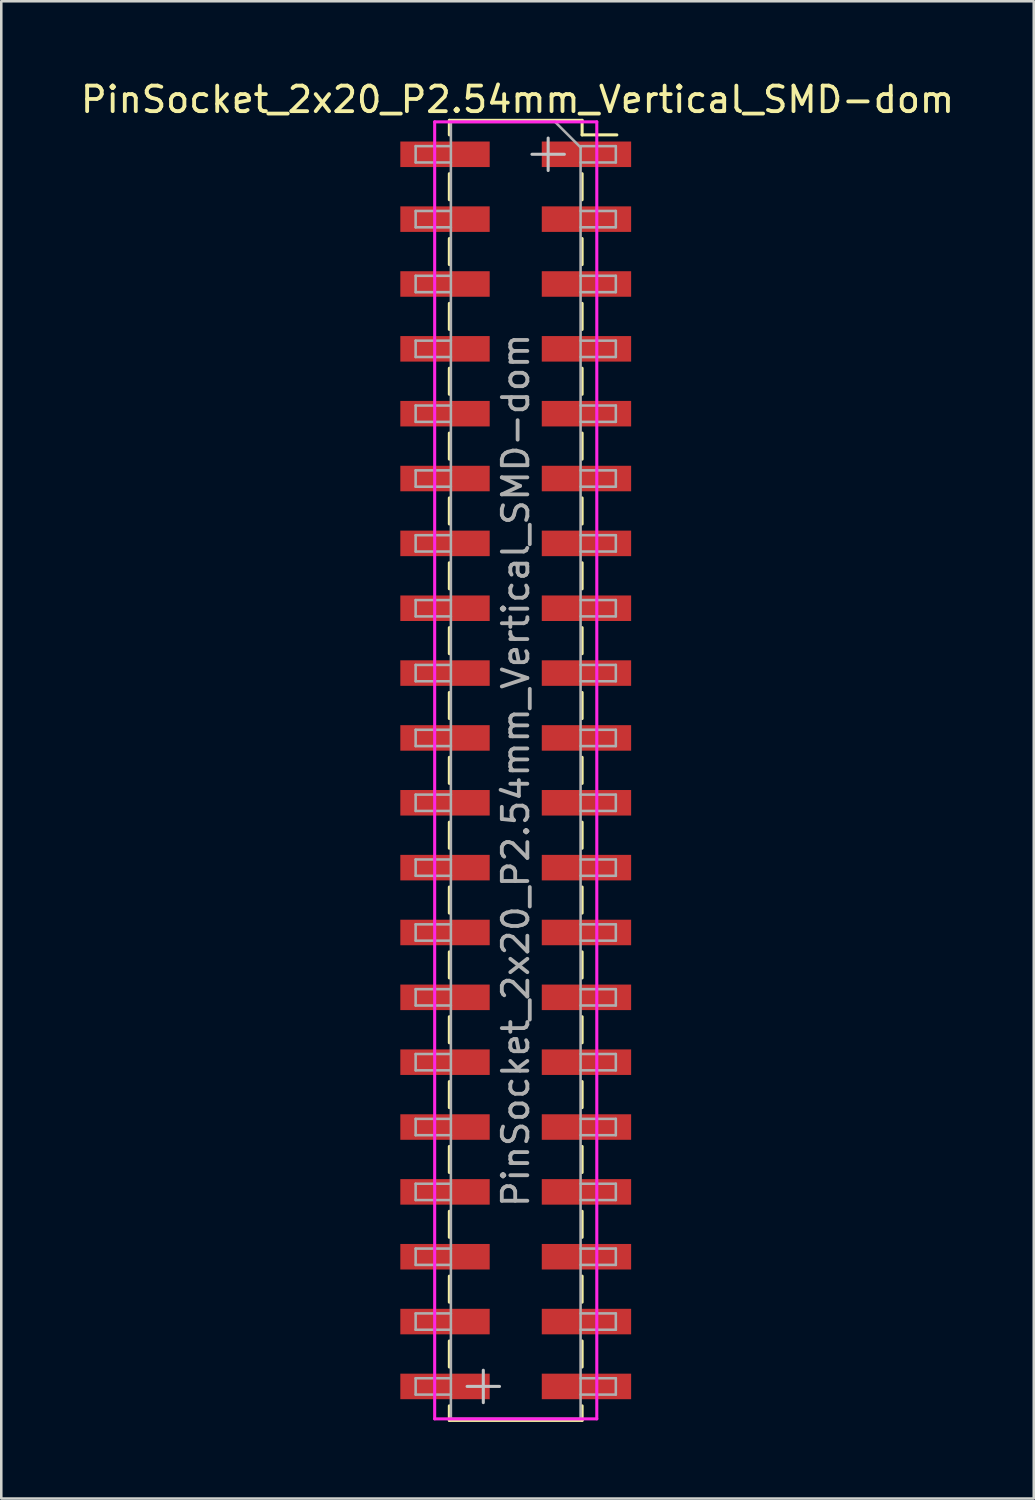
<source format=kicad_pcb>
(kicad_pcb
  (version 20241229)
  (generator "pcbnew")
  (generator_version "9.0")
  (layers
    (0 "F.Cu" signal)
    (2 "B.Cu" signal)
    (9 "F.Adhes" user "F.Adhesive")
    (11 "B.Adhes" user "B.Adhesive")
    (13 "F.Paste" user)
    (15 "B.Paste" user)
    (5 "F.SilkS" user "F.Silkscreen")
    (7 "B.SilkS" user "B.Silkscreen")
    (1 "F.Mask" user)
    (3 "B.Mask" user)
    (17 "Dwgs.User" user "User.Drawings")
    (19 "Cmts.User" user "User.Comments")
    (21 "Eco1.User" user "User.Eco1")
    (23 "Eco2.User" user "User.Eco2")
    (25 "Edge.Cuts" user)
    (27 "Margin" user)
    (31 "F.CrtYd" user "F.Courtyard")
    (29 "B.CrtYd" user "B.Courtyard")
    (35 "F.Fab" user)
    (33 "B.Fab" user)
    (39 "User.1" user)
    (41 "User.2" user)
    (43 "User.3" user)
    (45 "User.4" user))
  (footprint "PinSocket_2x20_P2.54mm_Vertical_SMD-dom"
    (layer "F.Cu")
    (at 17.15 27.123)
    (property "Reference" "PinSocket_2x20_P2.54mm_Vertical_SMD-dom" (at 0.07 -26.275 0) (layer "F.SilkS") (effects (font (size 1 1) (thickness 0.15))))
    (attr smd)
    (fp_line (start -2.6 -25.46) (end -2.6 -24.89) (stroke (width 0.12) (type solid)) (layer "F.SilkS"))
    (fp_line (start -2.6 -25.46) (end 2.6 -25.46) (stroke (width 0.12) (type solid)) (layer "F.SilkS"))
    (fp_line (start -2.6 -23.37) (end -2.6 -22.35) (stroke (width 0.12) (type solid)) (layer "F.SilkS"))
    (fp_line (start -2.6 -20.83) (end -2.6 -19.81) (stroke (width 0.12) (type solid)) (layer "F.SilkS"))
    (fp_line (start -2.6 -18.29) (end -2.6 -17.27) (stroke (width 0.12) (type solid)) (layer "F.SilkS"))
    (fp_line (start -2.6 -15.75) (end -2.6 -14.73) (stroke (width 0.12) (type solid)) (layer "F.SilkS"))
    (fp_line (start -2.6 -13.21) (end -2.6 -12.19) (stroke (width 0.12) (type solid)) (layer "F.SilkS"))
    (fp_line (start -2.6 -10.67) (end -2.6 -9.65) (stroke (width 0.12) (type solid)) (layer "F.SilkS"))
    (fp_line (start -2.6 -8.13) (end -2.6 -7.11) (stroke (width 0.12) (type solid)) (layer "F.SilkS"))
    (fp_line (start -2.6 -5.59) (end -2.6 -4.57) (stroke (width 0.12) (type solid)) (layer "F.SilkS"))
    (fp_line (start -2.6 -3.05) (end -2.6 -2.03) (stroke (width 0.12) (type solid)) (layer "F.SilkS"))
    (fp_line (start -2.6 -0.51) (end -2.6 0.51) (stroke (width 0.12) (type solid)) (layer "F.SilkS"))
    (fp_line (start -2.6 2.03) (end -2.6 3.05) (stroke (width 0.12) (type solid)) (layer "F.SilkS"))
    (fp_line (start -2.6 4.57) (end -2.6 5.59) (stroke (width 0.12) (type solid)) (layer "F.SilkS"))
    (fp_line (start -2.6 7.11) (end -2.6 8.13) (stroke (width 0.12) (type solid)) (layer "F.SilkS"))
    (fp_line (start -2.6 9.65) (end -2.6 10.67) (stroke (width 0.12) (type solid)) (layer "F.SilkS"))
    (fp_line (start -2.6 12.19) (end -2.6 13.21) (stroke (width 0.12) (type solid)) (layer "F.SilkS"))
    (fp_line (start -2.6 14.73) (end -2.6 15.75) (stroke (width 0.12) (type solid)) (layer "F.SilkS"))
    (fp_line (start -2.6 17.27) (end -2.6 18.29) (stroke (width 0.12) (type solid)) (layer "F.SilkS"))
    (fp_line (start -2.6 19.81) (end -2.6 20.83) (stroke (width 0.12) (type solid)) (layer "F.SilkS"))
    (fp_line (start -2.6 22.35) (end -2.6 23.37) (stroke (width 0.12) (type solid)) (layer "F.SilkS"))
    (fp_line (start -2.6 24.89) (end -2.6 25.46) (stroke (width 0.12) (type solid)) (layer "F.SilkS"))
    (fp_line (start -2.6 25.46) (end 2.6 25.46) (stroke (width 0.12) (type solid)) (layer "F.SilkS"))
    (fp_line (start 2.6 -25.46) (end 2.6 -24.89) (stroke (width 0.12) (type solid)) (layer "F.SilkS"))
    (fp_line (start 2.6 -24.89) (end 3.96 -24.89) (stroke (width 0.12) (type solid)) (layer "F.SilkS"))
    (fp_line (start 2.6 -23.37) (end 2.6 -22.35) (stroke (width 0.12) (type solid)) (layer "F.SilkS"))
    (fp_line (start 2.6 -20.83) (end 2.6 -19.81) (stroke (width 0.12) (type solid)) (layer "F.SilkS"))
    (fp_line (start 2.6 -18.29) (end 2.6 -17.27) (stroke (width 0.12) (type solid)) (layer "F.SilkS"))
    (fp_line (start 2.6 -15.75) (end 2.6 -14.73) (stroke (width 0.12) (type solid)) (layer "F.SilkS"))
    (fp_line (start 2.6 -13.21) (end 2.6 -12.19) (stroke (width 0.12) (type solid)) (layer "F.SilkS"))
    (fp_line (start 2.6 -10.67) (end 2.6 -9.65) (stroke (width 0.12) (type solid)) (layer "F.SilkS"))
    (fp_line (start 2.6 -8.13) (end 2.6 -7.11) (stroke (width 0.12) (type solid)) (layer "F.SilkS"))
    (fp_line (start 2.6 -5.59) (end 2.6 -4.57) (stroke (width 0.12) (type solid)) (layer "F.SilkS"))
    (fp_line (start 2.6 -3.05) (end 2.6 -2.03) (stroke (width 0.12) (type solid)) (layer "F.SilkS"))
    (fp_line (start 2.6 -0.51) (end 2.6 0.51) (stroke (width 0.12) (type solid)) (layer "F.SilkS"))
    (fp_line (start 2.6 2.03) (end 2.6 3.05) (stroke (width 0.12) (type solid)) (layer "F.SilkS"))
    (fp_line (start 2.6 4.57) (end 2.6 5.59) (stroke (width 0.12) (type solid)) (layer "F.SilkS"))
    (fp_line (start 2.6 7.11) (end 2.6 8.13) (stroke (width 0.12) (type solid)) (layer "F.SilkS"))
    (fp_line (start 2.6 9.65) (end 2.6 10.67) (stroke (width 0.12) (type solid)) (layer "F.SilkS"))
    (fp_line (start 2.6 12.19) (end 2.6 13.21) (stroke (width 0.12) (type solid)) (layer "F.SilkS"))
    (fp_line (start 2.6 14.73) (end 2.6 15.75) (stroke (width 0.12) (type solid)) (layer "F.SilkS"))
    (fp_line (start 2.6 17.27) (end 2.6 18.29) (stroke (width 0.12) (type solid)) (layer "F.SilkS"))
    (fp_line (start 2.6 19.81) (end 2.6 20.83) (stroke (width 0.12) (type solid)) (layer "F.SilkS"))
    (fp_line (start 2.6 22.35) (end 2.6 23.37) (stroke (width 0.12) (type solid)) (layer "F.SilkS"))
    (fp_line (start 2.6 24.89) (end 2.6 25.46) (stroke (width 0.12) (type solid)) (layer "F.SilkS"))
    (fp_line (start -1.27 23.495) (end -1.27 24.765) (stroke (width 0.12) (type solid)) (layer "Dwgs.User"))
    (fp_line (start -0.635 24.13) (end -1.905 24.13) (stroke (width 0.12) (type solid)) (layer "Dwgs.User"))
    (fp_line (start 0.635 -24.13) (end 1.905 -24.13) (stroke (width 0.12) (type solid)) (layer "Dwgs.User"))
    (fp_line (start 1.27 -24.765) (end 1.27 -23.495) (stroke (width 0.12) (type solid)) (layer "Dwgs.User"))
    (fp_line (start -3.175 -25.4) (end -3.175 25.4) (stroke (width 0.12) (type solid)) (layer "F.CrtYd"))
    (fp_line (start -3.175 25.4) (end 3.175 25.4) (stroke (width 0.12) (type solid)) (layer "F.CrtYd"))
    (fp_line (start 3.175 -25.4) (end -3.175 -25.4) (stroke (width 0.12) (type solid)) (layer "F.CrtYd"))
    (fp_line (start 3.175 25.4) (end 3.175 -25.4) (stroke (width 0.12) (type solid)) (layer "F.CrtYd"))
    (fp_line (start -3.92 -24.45) (end -2.54 -24.45) (stroke (width 0.1) (type solid)) (layer "F.Fab"))
    (fp_line (start -3.92 -23.81) (end -3.92 -24.45) (stroke (width 0.1) (type solid)) (layer "F.Fab"))
    (fp_line (start -3.92 -21.91) (end -2.54 -21.91) (stroke (width 0.1) (type solid)) (layer "F.Fab"))
    (fp_line (start -3.92 -21.27) (end -3.92 -21.91) (stroke (width 0.1) (type solid)) (layer "F.Fab"))
    (fp_line (start -3.92 -19.37) (end -2.54 -19.37) (stroke (width 0.1) (type solid)) (layer "F.Fab"))
    (fp_line (start -3.92 -18.73) (end -3.92 -19.37) (stroke (width 0.1) (type solid)) (layer "F.Fab"))
    (fp_line (start -3.92 -16.83) (end -2.54 -16.83) (stroke (width 0.1) (type solid)) (layer "F.Fab"))
    (fp_line (start -3.92 -16.19) (end -3.92 -16.83) (stroke (width 0.1) (type solid)) (layer "F.Fab"))
    (fp_line (start -3.92 -14.29) (end -2.54 -14.29) (stroke (width 0.1) (type solid)) (layer "F.Fab"))
    (fp_line (start -3.92 -13.65) (end -3.92 -14.29) (stroke (width 0.1) (type solid)) (layer "F.Fab"))
    (fp_line (start -3.92 -11.75) (end -2.54 -11.75) (stroke (width 0.1) (type solid)) (layer "F.Fab"))
    (fp_line (start -3.92 -11.11) (end -3.92 -11.75) (stroke (width 0.1) (type solid)) (layer "F.Fab"))
    (fp_line (start -3.92 -9.21) (end -2.54 -9.21) (stroke (width 0.1) (type solid)) (layer "F.Fab"))
    (fp_line (start -3.92 -8.57) (end -3.92 -9.21) (stroke (width 0.1) (type solid)) (layer "F.Fab"))
    (fp_line (start -3.92 -6.67) (end -2.54 -6.67) (stroke (width 0.1) (type solid)) (layer "F.Fab"))
    (fp_line (start -3.92 -6.03) (end -3.92 -6.67) (stroke (width 0.1) (type solid)) (layer "F.Fab"))
    (fp_line (start -3.92 -4.13) (end -2.54 -4.13) (stroke (width 0.1) (type solid)) (layer "F.Fab"))
    (fp_line (start -3.92 -3.49) (end -3.92 -4.13) (stroke (width 0.1) (type solid)) (layer "F.Fab"))
    (fp_line (start -3.92 -1.59) (end -2.54 -1.59) (stroke (width 0.1) (type solid)) (layer "F.Fab"))
    (fp_line (start -3.92 -0.95) (end -3.92 -1.59) (stroke (width 0.1) (type solid)) (layer "F.Fab"))
    (fp_line (start -3.92 0.95) (end -2.54 0.95) (stroke (width 0.1) (type solid)) (layer "F.Fab"))
    (fp_line (start -3.92 1.59) (end -3.92 0.95) (stroke (width 0.1) (type solid)) (layer "F.Fab"))
    (fp_line (start -3.92 3.49) (end -2.54 3.49) (stroke (width 0.1) (type solid)) (layer "F.Fab"))
    (fp_line (start -3.92 4.13) (end -3.92 3.49) (stroke (width 0.1) (type solid)) (layer "F.Fab"))
    (fp_line (start -3.92 6.03) (end -2.54 6.03) (stroke (width 0.1) (type solid)) (layer "F.Fab"))
    (fp_line (start -3.92 6.67) (end -3.92 6.03) (stroke (width 0.1) (type solid)) (layer "F.Fab"))
    (fp_line (start -3.92 8.57) (end -2.54 8.57) (stroke (width 0.1) (type solid)) (layer "F.Fab"))
    (fp_line (start -3.92 9.21) (end -3.92 8.57) (stroke (width 0.1) (type solid)) (layer "F.Fab"))
    (fp_line (start -3.92 11.11) (end -2.54 11.11) (stroke (width 0.1) (type solid)) (layer "F.Fab"))
    (fp_line (start -3.92 11.75) (end -3.92 11.11) (stroke (width 0.1) (type solid)) (layer "F.Fab"))
    (fp_line (start -3.92 13.65) (end -2.54 13.65) (stroke (width 0.1) (type solid)) (layer "F.Fab"))
    (fp_line (start -3.92 14.29) (end -3.92 13.65) (stroke (width 0.1) (type solid)) (layer "F.Fab"))
    (fp_line (start -3.92 16.19) (end -2.54 16.19) (stroke (width 0.1) (type solid)) (layer "F.Fab"))
    (fp_line (start -3.92 16.83) (end -3.92 16.19) (stroke (width 0.1) (type solid)) (layer "F.Fab"))
    (fp_line (start -3.92 18.73) (end -2.54 18.73) (stroke (width 0.1) (type solid)) (layer "F.Fab"))
    (fp_line (start -3.92 19.37) (end -3.92 18.73) (stroke (width 0.1) (type solid)) (layer "F.Fab"))
    (fp_line (start -3.92 21.27) (end -2.54 21.27) (stroke (width 0.1) (type solid)) (layer "F.Fab"))
    (fp_line (start -3.92 21.91) (end -3.92 21.27) (stroke (width 0.1) (type solid)) (layer "F.Fab"))
    (fp_line (start -3.92 23.81) (end -2.54 23.81) (stroke (width 0.1) (type solid)) (layer "F.Fab"))
    (fp_line (start -3.92 24.45) (end -3.92 23.81) (stroke (width 0.1) (type solid)) (layer "F.Fab"))
    (fp_line (start -2.54 -25.4) (end 1.54 -25.4) (stroke (width 0.1) (type solid)) (layer "F.Fab"))
    (fp_line (start -2.54 -23.81) (end -3.92 -23.81) (stroke (width 0.1) (type solid)) (layer "F.Fab"))
    (fp_line (start -2.54 -21.27) (end -3.92 -21.27) (stroke (width 0.1) (type solid)) (layer "F.Fab"))
    (fp_line (start -2.54 -18.73) (end -3.92 -18.73) (stroke (width 0.1) (type solid)) (layer "F.Fab"))
    (fp_line (start -2.54 -16.19) (end -3.92 -16.19) (stroke (width 0.1) (type solid)) (layer "F.Fab"))
    (fp_line (start -2.54 -13.65) (end -3.92 -13.65) (stroke (width 0.1) (type solid)) (layer "F.Fab"))
    (fp_line (start -2.54 -11.11) (end -3.92 -11.11) (stroke (width 0.1) (type solid)) (layer "F.Fab"))
    (fp_line (start -2.54 -8.57) (end -3.92 -8.57) (stroke (width 0.1) (type solid)) (layer "F.Fab"))
    (fp_line (start -2.54 -6.03) (end -3.92 -6.03) (stroke (width 0.1) (type solid)) (layer "F.Fab"))
    (fp_line (start -2.54 -3.49) (end -3.92 -3.49) (stroke (width 0.1) (type solid)) (layer "F.Fab"))
    (fp_line (start -2.54 -0.95) (end -3.92 -0.95) (stroke (width 0.1) (type solid)) (layer "F.Fab"))
    (fp_line (start -2.54 1.59) (end -3.92 1.59) (stroke (width 0.1) (type solid)) (layer "F.Fab"))
    (fp_line (start -2.54 4.13) (end -3.92 4.13) (stroke (width 0.1) (type solid)) (layer "F.Fab"))
    (fp_line (start -2.54 6.67) (end -3.92 6.67) (stroke (width 0.1) (type solid)) (layer "F.Fab"))
    (fp_line (start -2.54 9.21) (end -3.92 9.21) (stroke (width 0.1) (type solid)) (layer "F.Fab"))
    (fp_line (start -2.54 11.75) (end -3.92 11.75) (stroke (width 0.1) (type solid)) (layer "F.Fab"))
    (fp_line (start -2.54 14.29) (end -3.92 14.29) (stroke (width 0.1) (type solid)) (layer "F.Fab"))
    (fp_line (start -2.54 16.83) (end -3.92 16.83) (stroke (width 0.1) (type solid)) (layer "F.Fab"))
    (fp_line (start -2.54 19.37) (end -3.92 19.37) (stroke (width 0.1) (type solid)) (layer "F.Fab"))
    (fp_line (start -2.54 21.91) (end -3.92 21.91) (stroke (width 0.1) (type solid)) (layer "F.Fab"))
    (fp_line (start -2.54 24.45) (end -3.92 24.45) (stroke (width 0.1) (type solid)) (layer "F.Fab"))
    (fp_line (start -2.54 25.4) (end -2.54 -25.4) (stroke (width 0.1) (type solid)) (layer "F.Fab"))
    (fp_line (start 1.54 -25.4) (end 2.54 -24.4) (stroke (width 0.1) (type solid)) (layer "F.Fab"))
    (fp_line (start 2.54 -24.45) (end 3.92 -24.45) (stroke (width 0.1) (type solid)) (layer "F.Fab"))
    (fp_line (start 2.54 -24.4) (end 2.54 25.4) (stroke (width 0.1) (type solid)) (layer "F.Fab"))
    (fp_line (start 2.54 -21.91) (end 3.92 -21.91) (stroke (width 0.1) (type solid)) (layer "F.Fab"))
    (fp_line (start 2.54 -19.37) (end 3.92 -19.37) (stroke (width 0.1) (type solid)) (layer "F.Fab"))
    (fp_line (start 2.54 -16.83) (end 3.92 -16.83) (stroke (width 0.1) (type solid)) (layer "F.Fab"))
    (fp_line (start 2.54 -14.29) (end 3.92 -14.29) (stroke (width 0.1) (type solid)) (layer "F.Fab"))
    (fp_line (start 2.54 -11.75) (end 3.92 -11.75) (stroke (width 0.1) (type solid)) (layer "F.Fab"))
    (fp_line (start 2.54 -9.21) (end 3.92 -9.21) (stroke (width 0.1) (type solid)) (layer "F.Fab"))
    (fp_line (start 2.54 -6.67) (end 3.92 -6.67) (stroke (width 0.1) (type solid)) (layer "F.Fab"))
    (fp_line (start 2.54 -4.13) (end 3.92 -4.13) (stroke (width 0.1) (type solid)) (layer "F.Fab"))
    (fp_line (start 2.54 -1.59) (end 3.92 -1.59) (stroke (width 0.1) (type solid)) (layer "F.Fab"))
    (fp_line (start 2.54 0.95) (end 3.92 0.95) (stroke (width 0.1) (type solid)) (layer "F.Fab"))
    (fp_line (start 2.54 3.49) (end 3.92 3.49) (stroke (width 0.1) (type solid)) (layer "F.Fab"))
    (fp_line (start 2.54 6.03) (end 3.92 6.03) (stroke (width 0.1) (type solid)) (layer "F.Fab"))
    (fp_line (start 2.54 8.57) (end 3.92 8.57) (stroke (width 0.1) (type solid)) (layer "F.Fab"))
    (fp_line (start 2.54 11.11) (end 3.92 11.11) (stroke (width 0.1) (type solid)) (layer "F.Fab"))
    (fp_line (start 2.54 13.65) (end 3.92 13.65) (stroke (width 0.1) (type solid)) (layer "F.Fab"))
    (fp_line (start 2.54 16.19) (end 3.92 16.19) (stroke (width 0.1) (type solid)) (layer "F.Fab"))
    (fp_line (start 2.54 18.73) (end 3.92 18.73) (stroke (width 0.1) (type solid)) (layer "F.Fab"))
    (fp_line (start 2.54 21.27) (end 3.92 21.27) (stroke (width 0.1) (type solid)) (layer "F.Fab"))
    (fp_line (start 2.54 23.81) (end 3.92 23.81) (stroke (width 0.1) (type solid)) (layer "F.Fab"))
    (fp_line (start 2.54 25.4) (end -2.54 25.4) (stroke (width 0.1) (type solid)) (layer "F.Fab"))
    (fp_line (start 3.92 -24.45) (end 3.92 -23.81) (stroke (width 0.1) (type solid)) (layer "F.Fab"))
    (fp_line (start 3.92 -23.81) (end 2.54 -23.81) (stroke (width 0.1) (type solid)) (layer "F.Fab"))
    (fp_line (start 3.92 -21.91) (end 3.92 -21.27) (stroke (width 0.1) (type solid)) (layer "F.Fab"))
    (fp_line (start 3.92 -21.27) (end 2.54 -21.27) (stroke (width 0.1) (type solid)) (layer "F.Fab"))
    (fp_line (start 3.92 -19.37) (end 3.92 -18.73) (stroke (width 0.1) (type solid)) (layer "F.Fab"))
    (fp_line (start 3.92 -18.73) (end 2.54 -18.73) (stroke (width 0.1) (type solid)) (layer "F.Fab"))
    (fp_line (start 3.92 -16.83) (end 3.92 -16.19) (stroke (width 0.1) (type solid)) (layer "F.Fab"))
    (fp_line (start 3.92 -16.19) (end 2.54 -16.19) (stroke (width 0.1) (type solid)) (layer "F.Fab"))
    (fp_line (start 3.92 -14.29) (end 3.92 -13.65) (stroke (width 0.1) (type solid)) (layer "F.Fab"))
    (fp_line (start 3.92 -13.65) (end 2.54 -13.65) (stroke (width 0.1) (type solid)) (layer "F.Fab"))
    (fp_line (start 3.92 -11.75) (end 3.92 -11.11) (stroke (width 0.1) (type solid)) (layer "F.Fab"))
    (fp_line (start 3.92 -11.11) (end 2.54 -11.11) (stroke (width 0.1) (type solid)) (layer "F.Fab"))
    (fp_line (start 3.92 -9.21) (end 3.92 -8.57) (stroke (width 0.1) (type solid)) (layer "F.Fab"))
    (fp_line (start 3.92 -8.57) (end 2.54 -8.57) (stroke (width 0.1) (type solid)) (layer "F.Fab"))
    (fp_line (start 3.92 -6.67) (end 3.92 -6.03) (stroke (width 0.1) (type solid)) (layer "F.Fab"))
    (fp_line (start 3.92 -6.03) (end 2.54 -6.03) (stroke (width 0.1) (type solid)) (layer "F.Fab"))
    (fp_line (start 3.92 -4.13) (end 3.92 -3.49) (stroke (width 0.1) (type solid)) (layer "F.Fab"))
    (fp_line (start 3.92 -3.49) (end 2.54 -3.49) (stroke (width 0.1) (type solid)) (layer "F.Fab"))
    (fp_line (start 3.92 -1.59) (end 3.92 -0.95) (stroke (width 0.1) (type solid)) (layer "F.Fab"))
    (fp_line (start 3.92 -0.95) (end 2.54 -0.95) (stroke (width 0.1) (type solid)) (layer "F.Fab"))
    (fp_line (start 3.92 0.95) (end 3.92 1.59) (stroke (width 0.1) (type solid)) (layer "F.Fab"))
    (fp_line (start 3.92 1.59) (end 2.54 1.59) (stroke (width 0.1) (type solid)) (layer "F.Fab"))
    (fp_line (start 3.92 3.49) (end 3.92 4.13) (stroke (width 0.1) (type solid)) (layer "F.Fab"))
    (fp_line (start 3.92 4.13) (end 2.54 4.13) (stroke (width 0.1) (type solid)) (layer "F.Fab"))
    (fp_line (start 3.92 6.03) (end 3.92 6.67) (stroke (width 0.1) (type solid)) (layer "F.Fab"))
    (fp_line (start 3.92 6.67) (end 2.54 6.67) (stroke (width 0.1) (type solid)) (layer "F.Fab"))
    (fp_line (start 3.92 8.57) (end 3.92 9.21) (stroke (width 0.1) (type solid)) (layer "F.Fab"))
    (fp_line (start 3.92 9.21) (end 2.54 9.21) (stroke (width 0.1) (type solid)) (layer "F.Fab"))
    (fp_line (start 3.92 11.11) (end 3.92 11.75) (stroke (width 0.1) (type solid)) (layer "F.Fab"))
    (fp_line (start 3.92 11.75) (end 2.54 11.75) (stroke (width 0.1) (type solid)) (layer "F.Fab"))
    (fp_line (start 3.92 13.65) (end 3.92 14.29) (stroke (width 0.1) (type solid)) (layer "F.Fab"))
    (fp_line (start 3.92 14.29) (end 2.54 14.29) (stroke (width 0.1) (type solid)) (layer "F.Fab"))
    (fp_line (start 3.92 16.19) (end 3.92 16.83) (stroke (width 0.1) (type solid)) (layer "F.Fab"))
    (fp_line (start 3.92 16.83) (end 2.54 16.83) (stroke (width 0.1) (type solid)) (layer "F.Fab"))
    (fp_line (start 3.92 18.73) (end 3.92 19.37) (stroke (width 0.1) (type solid)) (layer "F.Fab"))
    (fp_line (start 3.92 19.37) (end 2.54 19.37) (stroke (width 0.1) (type solid)) (layer "F.Fab"))
    (fp_line (start 3.92 21.27) (end 3.92 21.91) (stroke (width 0.1) (type solid)) (layer "F.Fab"))
    (fp_line (start 3.92 21.91) (end 2.54 21.91) (stroke (width 0.1) (type solid)) (layer "F.Fab"))
    (fp_line (start 3.92 23.81) (end 3.92 24.45) (stroke (width 0.1) (type solid)) (layer "F.Fab"))
    (fp_line (start 3.92 24.45) (end 2.54 24.45) (stroke (width 0.1) (type solid)) (layer "F.Fab"))
    (fp_text user "${REFERENCE}" (at 0 0 90) (layer "F.Fab") (effects (font (size 1 1) (thickness 0.15))))
    (pad "1" smd rect (at 2.77 -24.13) (size 3.5 1) (layers "F.Cu" "F.Mask" "F.Paste"))
    (pad "2" smd rect (at -2.77 -24.13) (size 3.5 1) (layers "F.Cu" "F.Mask" "F.Paste"))
    (pad "3" smd rect (at 2.77 -21.59) (size 3.5 1) (layers "F.Cu" "F.Mask" "F.Paste"))
    (pad "4" smd rect (at -2.77 -21.59) (size 3.5 1) (layers "F.Cu" "F.Mask" "F.Paste"))
    (pad "5" smd rect (at 2.77 -19.05) (size 3.5 1) (layers "F.Cu" "F.Mask" "F.Paste"))
    (pad "6" smd rect (at -2.77 -19.05) (size 3.5 1) (layers "F.Cu" "F.Mask" "F.Paste"))
    (pad "7" smd rect (at 2.77 -16.51) (size 3.5 1) (layers "F.Cu" "F.Mask" "F.Paste"))
    (pad "8" smd rect (at -2.77 -16.51) (size 3.5 1) (layers "F.Cu" "F.Mask" "F.Paste"))
    (pad "9" smd rect (at 2.77 -13.97) (size 3.5 1) (layers "F.Cu" "F.Mask" "F.Paste"))
    (pad "10" smd rect (at -2.77 -13.97) (size 3.5 1) (layers "F.Cu" "F.Mask" "F.Paste"))
    (pad "11" smd rect (at 2.77 -11.43) (size 3.5 1) (layers "F.Cu" "F.Mask" "F.Paste"))
    (pad "12" smd rect (at -2.77 -11.43) (size 3.5 1) (layers "F.Cu" "F.Mask" "F.Paste"))
    (pad "13" smd rect (at 2.77 -8.89) (size 3.5 1) (layers "F.Cu" "F.Mask" "F.Paste"))
    (pad "14" smd rect (at -2.77 -8.89) (size 3.5 1) (layers "F.Cu" "F.Mask" "F.Paste"))
    (pad "15" smd rect (at 2.77 -6.35) (size 3.5 1) (layers "F.Cu" "F.Mask" "F.Paste"))
    (pad "16" smd rect (at -2.77 -6.35) (size 3.5 1) (layers "F.Cu" "F.Mask" "F.Paste"))
    (pad "17" smd rect (at 2.77 -3.81) (size 3.5 1) (layers "F.Cu" "F.Mask" "F.Paste"))
    (pad "18" smd rect (at -2.77 -3.81) (size 3.5 1) (layers "F.Cu" "F.Mask" "F.Paste"))
    (pad "19" smd rect (at 2.77 -1.27) (size 3.5 1) (layers "F.Cu" "F.Mask" "F.Paste"))
    (pad "20" smd rect (at -2.77 -1.27) (size 3.5 1) (layers "F.Cu" "F.Mask" "F.Paste"))
    (pad "21" smd rect (at 2.77 1.27) (size 3.5 1) (layers "F.Cu" "F.Mask" "F.Paste"))
    (pad "22" smd rect (at -2.77 1.27) (size 3.5 1) (layers "F.Cu" "F.Mask" "F.Paste"))
    (pad "23" smd rect (at 2.77 3.81) (size 3.5 1) (layers "F.Cu" "F.Mask" "F.Paste"))
    (pad "24" smd rect (at -2.77 3.81) (size 3.5 1) (layers "F.Cu" "F.Mask" "F.Paste"))
    (pad "25" smd rect (at 2.77 6.35) (size 3.5 1) (layers "F.Cu" "F.Mask" "F.Paste"))
    (pad "26" smd rect (at -2.77 6.35) (size 3.5 1) (layers "F.Cu" "F.Mask" "F.Paste"))
    (pad "27" smd rect (at 2.77 8.89) (size 3.5 1) (layers "F.Cu" "F.Mask" "F.Paste"))
    (pad "28" smd rect (at -2.77 8.89) (size 3.5 1) (layers "F.Cu" "F.Mask" "F.Paste"))
    (pad "29" smd rect (at 2.77 11.43) (size 3.5 1) (layers "F.Cu" "F.Mask" "F.Paste"))
    (pad "30" smd rect (at -2.77 11.43) (size 3.5 1) (layers "F.Cu" "F.Mask" "F.Paste"))
    (pad "31" smd rect (at 2.77 13.97) (size 3.5 1) (layers "F.Cu" "F.Mask" "F.Paste"))
    (pad "32" smd rect (at -2.77 13.97) (size 3.5 1) (layers "F.Cu" "F.Mask" "F.Paste"))
    (pad "33" smd rect (at 2.77 16.51) (size 3.5 1) (layers "F.Cu" "F.Mask" "F.Paste"))
    (pad "34" smd rect (at -2.77 16.51) (size 3.5 1) (layers "F.Cu" "F.Mask" "F.Paste"))
    (pad "35" smd rect (at 2.77 19.05) (size 3.5 1) (layers "F.Cu" "F.Mask" "F.Paste"))
    (pad "36" smd rect (at -2.77 19.05) (size 3.5 1) (layers "F.Cu" "F.Mask" "F.Paste"))
    (pad "37" smd rect (at 2.77 21.59) (size 3.5 1) (layers "F.Cu" "F.Mask" "F.Paste"))
    (pad "38" smd rect (at -2.77 21.59) (size 3.5 1) (layers "F.Cu" "F.Mask" "F.Paste"))
    (pad "39" smd rect (at 2.77 24.13) (size 3.5 1) (layers "F.Cu" "F.Mask" "F.Paste"))
    (pad "40" smd rect (at -2.77 24.13) (size 3.5 1) (layers "F.Cu" "F.Mask" "F.Paste")))
  (gr_rect
    (start -3 -3)
    (end 37.44 55.643)
    (stroke (width 0.1) (type default))
    (fill no)
    (layer "Edge.Cuts")))
</source>
